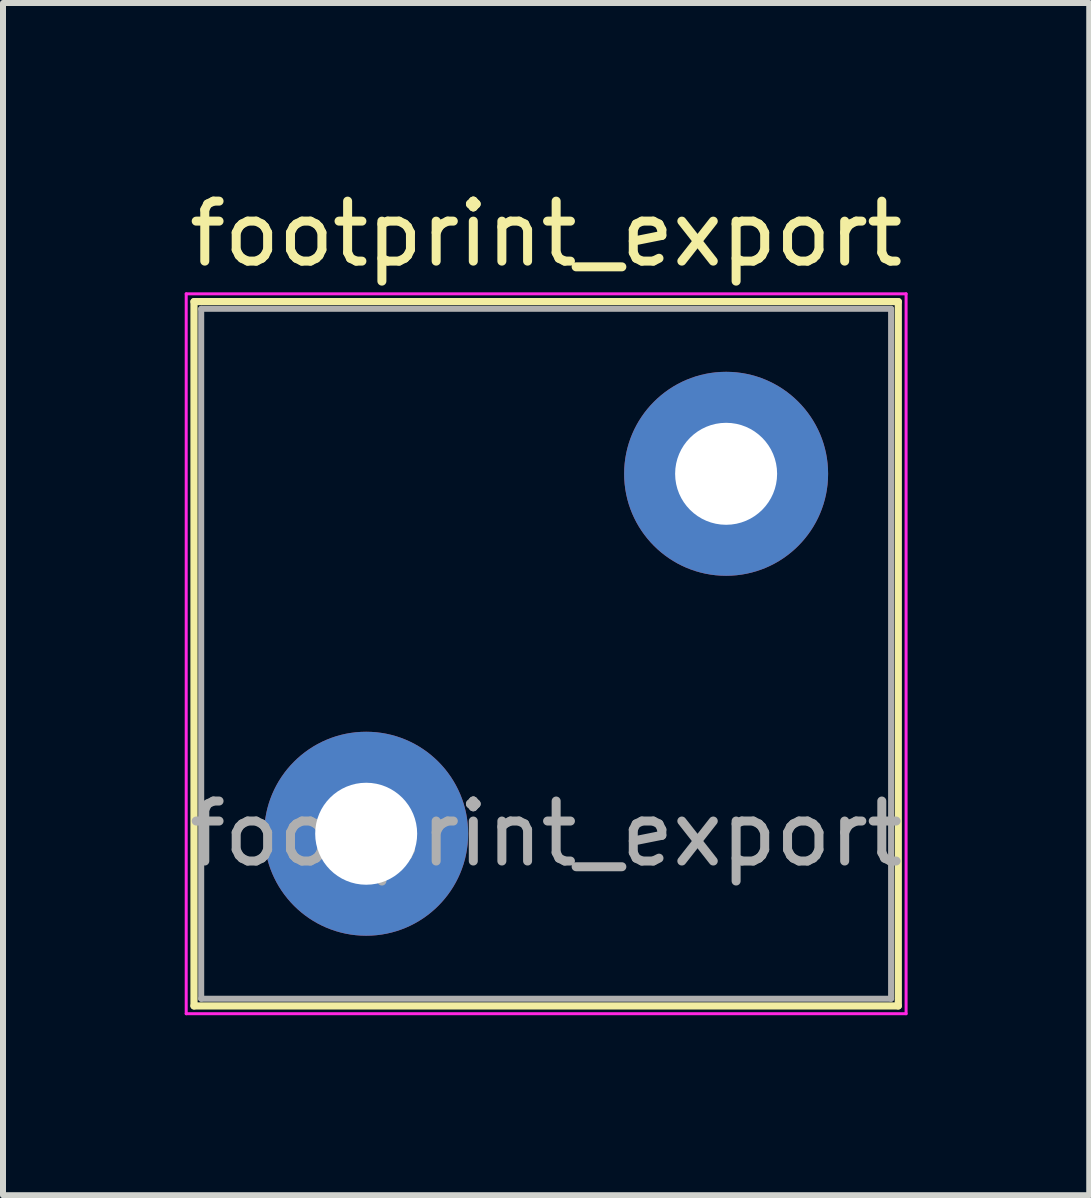
<source format=kicad_pcb>
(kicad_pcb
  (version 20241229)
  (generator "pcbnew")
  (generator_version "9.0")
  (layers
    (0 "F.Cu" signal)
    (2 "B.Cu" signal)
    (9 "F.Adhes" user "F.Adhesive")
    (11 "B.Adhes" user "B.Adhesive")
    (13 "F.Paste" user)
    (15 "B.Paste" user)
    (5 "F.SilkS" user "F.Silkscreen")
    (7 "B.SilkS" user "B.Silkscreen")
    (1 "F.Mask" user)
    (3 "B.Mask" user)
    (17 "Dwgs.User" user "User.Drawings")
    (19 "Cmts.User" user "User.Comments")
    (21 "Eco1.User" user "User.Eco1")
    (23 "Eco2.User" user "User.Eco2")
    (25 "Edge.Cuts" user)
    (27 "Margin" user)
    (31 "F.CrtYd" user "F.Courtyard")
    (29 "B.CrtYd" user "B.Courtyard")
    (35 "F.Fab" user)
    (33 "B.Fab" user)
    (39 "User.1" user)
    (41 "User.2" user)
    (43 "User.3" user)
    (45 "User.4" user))
  (footprint "footprint_export"
    (layer "F.Cu")
    (at 3.054 10.848)
    (property "Reference" "footprint_export" (at 3 -10 0) (layer "F.SilkS") (effects (font (size 1 1) (thickness 0.15))))
    (attr through_hole)
    (fp_line (start -2.87 -8.87) (end -2.87 2.87) (stroke (width 0.12) (type solid)) (layer "F.SilkS"))
    (fp_line (start -2.87 -8.87) (end 8.87 -8.87) (stroke (width 0.12) (type solid)) (layer "F.SilkS"))
    (fp_line (start -2.87 2.87) (end 8.87 2.87) (stroke (width 0.12) (type solid)) (layer "F.SilkS"))
    (fp_line (start 8.87 -8.87) (end 8.87 2.87) (stroke (width 0.12) (type solid)) (layer "F.SilkS"))
    (fp_line (start -3 -9) (end -3 3) (stroke (width 0.05) (type solid)) (layer "F.CrtYd"))
    (fp_line (start -3 3) (end 9 3) (stroke (width 0.05) (type solid)) (layer "F.CrtYd"))
    (fp_line (start 9 -9) (end -3 -9) (stroke (width 0.05) (type solid)) (layer "F.CrtYd"))
    (fp_line (start 9 3) (end 9 -9) (stroke (width 0.05) (type solid)) (layer "F.CrtYd"))
    (fp_line (start -2.75 -8.75) (end -2.75 2.75) (stroke (width 0.1) (type solid)) (layer "F.Fab"))
    (fp_line (start -2.75 2.75) (end 8.75 2.75) (stroke (width 0.1) (type solid)) (layer "F.Fab"))
    (fp_line (start 8.75 -8.75) (end -2.75 -8.75) (stroke (width 0.1) (type solid)) (layer "F.Fab"))
    (fp_line (start 8.75 2.75) (end 8.75 -8.75) (stroke (width 0.1) (type solid)) (layer "F.Fab"))
    (fp_text user "${REFERENCE}" (at 3 0 0) (layer "F.Fab") (effects (font (size 1 1) (thickness 0.15))))
    (pad "1" thru_hole circle (at 0 0) (size 3.4 3.4) (drill 1.7) (layers "*.Cu" "*.Mask"))
    (pad "2" thru_hole circle (at 6 -6) (size 3.4 3.4) (drill 1.7) (layers "*.Cu" "*.Mask")))
  (gr_rect
    (start -3 -3)
    (end 15.107 16.873)
    (stroke (width 0.1) (type default))
    (fill no)
    (layer "Edge.Cuts")))
</source>
